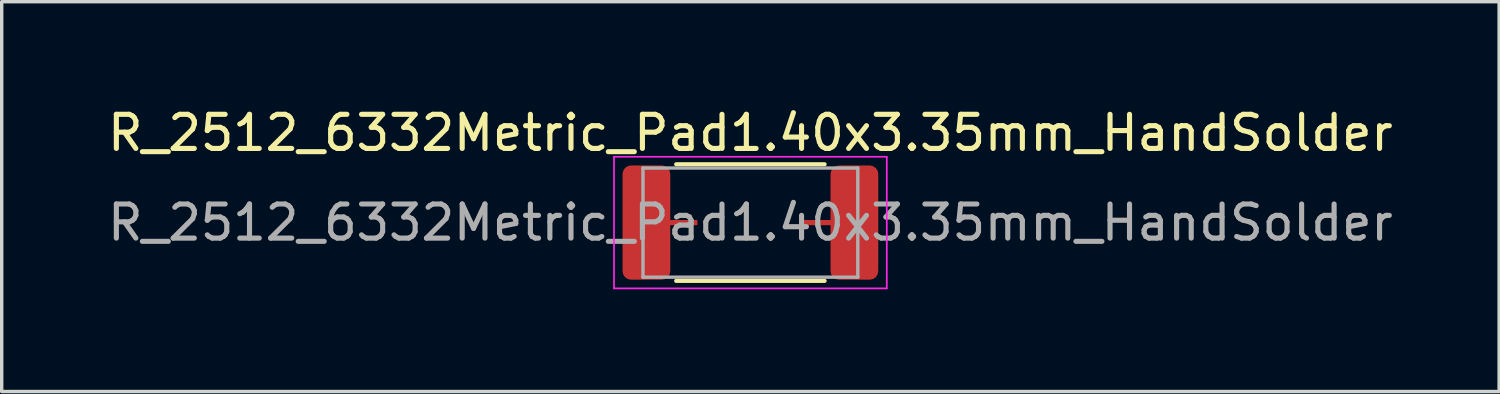
<source format=kicad_pcb>
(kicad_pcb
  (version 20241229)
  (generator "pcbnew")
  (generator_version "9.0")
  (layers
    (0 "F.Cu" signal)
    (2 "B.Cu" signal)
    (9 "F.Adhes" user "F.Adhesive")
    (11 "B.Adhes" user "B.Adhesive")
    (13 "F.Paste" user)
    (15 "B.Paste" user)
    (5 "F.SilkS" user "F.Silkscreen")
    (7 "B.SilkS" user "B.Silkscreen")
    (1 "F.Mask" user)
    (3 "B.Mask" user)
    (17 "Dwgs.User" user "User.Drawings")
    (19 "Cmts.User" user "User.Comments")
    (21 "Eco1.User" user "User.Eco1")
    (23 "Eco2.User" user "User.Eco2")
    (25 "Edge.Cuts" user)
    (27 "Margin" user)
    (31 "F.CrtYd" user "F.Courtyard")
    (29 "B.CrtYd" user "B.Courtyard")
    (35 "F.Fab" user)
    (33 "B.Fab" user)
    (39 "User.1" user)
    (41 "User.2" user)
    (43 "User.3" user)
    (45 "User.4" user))
  (footprint "R_2512_6332Metric_Pad1.40x3.35mm_HandSolder"
    (layer "F.Cu")
    (at 18.958 3.478)
    (property "Reference" "R_2512_6332Metric_Pad1.40x3.35mm_HandSolder" (at 0 -2.63 0) (layer "F.SilkS") (effects (font (size 1 1) (thickness 0.15))))
    (attr smd)
    (fp_line (start -2.177 -1.71) (end 2.177 -1.71) (stroke (width 0.12) (type solid)) (layer "F.SilkS"))
    (fp_line (start -2.177 1.71) (end 2.177 1.71) (stroke (width 0.12) (type solid)) (layer "F.SilkS"))
    (fp_line (start -4 -1.93) (end 4 -1.93) (stroke (width 0.05) (type solid)) (layer "F.CrtYd"))
    (fp_line (start -4 1.93) (end -4 -1.93) (stroke (width 0.05) (type solid)) (layer "F.CrtYd"))
    (fp_line (start 4 -1.93) (end 4 1.93) (stroke (width 0.05) (type solid)) (layer "F.CrtYd"))
    (fp_line (start 4 1.93) (end -4 1.93) (stroke (width 0.05) (type solid)) (layer "F.CrtYd"))
    (fp_line (start -3.15 -1.6) (end 3.15 -1.6) (stroke (width 0.1) (type solid)) (layer "F.Fab"))
    (fp_line (start -3.15 1.6) (end -3.15 -1.6) (stroke (width 0.1) (type solid)) (layer "F.Fab"))
    (fp_line (start 3.15 -1.6) (end 3.15 1.6) (stroke (width 0.1) (type solid)) (layer "F.Fab"))
    (fp_line (start 3.15 1.6) (end -3.15 1.6) (stroke (width 0.1) (type solid)) (layer "F.Fab"))
    (fp_text user "${REFERENCE}" (at 0 0 0) (layer "F.Fab") (effects (font (size 1 1) (thickness 0.15))))
    (pad "1" smd roundrect (at -3.05 0) (size 1.4 3.35) (layers "F.Cu" "F.Mask" "F.Paste") (roundrect_rratio 0.179))
    (pad "2" smd roundrect (at -2 0 90) (size 0.152 0.892) (layers "F.Cu" "F.Mask" "F.Paste") (roundrect_rratio 0.15))
    (pad "3" smd roundrect (at 2 0 90) (size 0.152 0.892) (layers "F.Cu" "F.Mask" "F.Paste") (roundrect_rratio 0.15))
    (pad "4" smd roundrect (at 3.05 0) (size 1.4 3.35) (layers "F.Cu" "F.Mask" "F.Paste") (roundrect_rratio 0.179)))
  (gr_rect
    (start -3 -3)
    (end 40.917 8.433)
    (stroke (width 0.1) (type default))
    (fill no)
    (layer "Edge.Cuts")))
</source>
